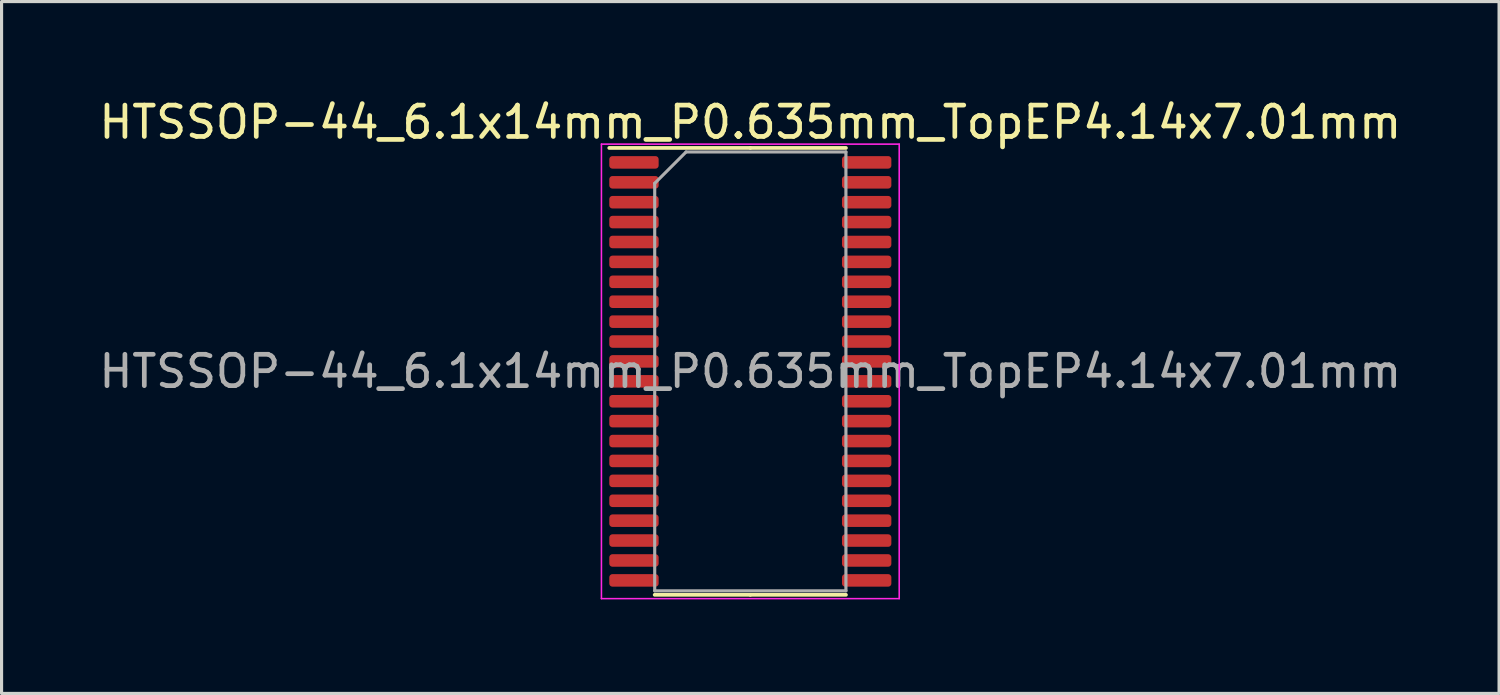
<source format=kicad_pcb>
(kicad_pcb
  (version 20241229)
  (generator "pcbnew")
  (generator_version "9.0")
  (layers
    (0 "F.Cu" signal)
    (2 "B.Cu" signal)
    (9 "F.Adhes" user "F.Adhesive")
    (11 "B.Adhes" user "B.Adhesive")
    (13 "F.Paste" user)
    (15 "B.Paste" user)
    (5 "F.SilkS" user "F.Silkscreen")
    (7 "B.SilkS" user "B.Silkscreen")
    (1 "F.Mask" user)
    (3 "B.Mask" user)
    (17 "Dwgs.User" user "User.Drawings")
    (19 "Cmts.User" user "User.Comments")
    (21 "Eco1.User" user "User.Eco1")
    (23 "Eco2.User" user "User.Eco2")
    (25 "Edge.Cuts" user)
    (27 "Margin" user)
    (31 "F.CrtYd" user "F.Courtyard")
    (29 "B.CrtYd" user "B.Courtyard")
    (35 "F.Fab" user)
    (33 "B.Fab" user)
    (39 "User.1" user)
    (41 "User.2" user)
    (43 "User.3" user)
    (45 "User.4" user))
  (footprint "HTSSOP-44_6.1x14mm_P0.635mm_TopEP4.14x7.01mm"
    (layer "F.Cu")
    (at 20.887 8.798)
    (property "Reference" "HTSSOP-44_6.1x14mm_P0.635mm_TopEP4.14x7.01mm" (at 0 -7.95 0) (layer "F.SilkS") (effects (font (size 1 1) (thickness 0.15))))
    (attr smd)
    (fp_line (start 0 -7.128) (end -4.5 -7.128) (stroke (width 0.12) (type solid)) (layer "F.SilkS"))
    (fp_line (start 0 -7.128) (end 3.05 -7.128) (stroke (width 0.12) (type solid)) (layer "F.SilkS"))
    (fp_line (start 0 7.128) (end -3.05 7.128) (stroke (width 0.12) (type solid)) (layer "F.SilkS"))
    (fp_line (start 0 7.128) (end 3.05 7.128) (stroke (width 0.12) (type solid)) (layer "F.SilkS"))
    (fp_line (start -4.75 -7.25) (end -4.75 7.25) (stroke (width 0.05) (type solid)) (layer "F.CrtYd"))
    (fp_line (start -4.75 7.25) (end 4.75 7.25) (stroke (width 0.05) (type solid)) (layer "F.CrtYd"))
    (fp_line (start 4.75 -7.25) (end -4.75 -7.25) (stroke (width 0.05) (type solid)) (layer "F.CrtYd"))
    (fp_line (start 4.75 7.25) (end 4.75 -7.25) (stroke (width 0.05) (type solid)) (layer "F.CrtYd"))
    (fp_line (start -3.05 -6) (end -2.05 -7) (stroke (width 0.1) (type solid)) (layer "F.Fab"))
    (fp_line (start -3.05 7) (end -3.05 -6) (stroke (width 0.1) (type solid)) (layer "F.Fab"))
    (fp_line (start -2.05 -7) (end 3.05 -7) (stroke (width 0.1) (type solid)) (layer "F.Fab"))
    (fp_line (start 3.05 -7) (end 3.05 7) (stroke (width 0.1) (type solid)) (layer "F.Fab"))
    (fp_line (start 3.05 7) (end -3.05 7) (stroke (width 0.1) (type solid)) (layer "F.Fab"))
    (fp_text user "${REFERENCE}" (at 0 0 0) (layer "F.Fab") (effects (font (size 1 1) (thickness 0.15))))
    (pad "1" smd roundrect (at -3.712 -6.668) (size 1.575 0.4) (layers "F.Cu" "F.Mask" "F.Paste") (roundrect_rratio 0.25))
    (pad "2" smd roundrect (at -3.712 -6.032) (size 1.575 0.4) (layers "F.Cu" "F.Mask" "F.Paste") (roundrect_rratio 0.25))
    (pad "3" smd roundrect (at -3.712 -5.397) (size 1.575 0.4) (layers "F.Cu" "F.Mask" "F.Paste") (roundrect_rratio 0.25))
    (pad "4" smd roundrect (at -3.712 -4.763) (size 1.575 0.4) (layers "F.Cu" "F.Mask" "F.Paste") (roundrect_rratio 0.25))
    (pad "5" smd roundrect (at -3.712 -4.128) (size 1.575 0.4) (layers "F.Cu" "F.Mask" "F.Paste") (roundrect_rratio 0.25))
    (pad "6" smd roundrect (at -3.712 -3.493) (size 1.575 0.4) (layers "F.Cu" "F.Mask" "F.Paste") (roundrect_rratio 0.25))
    (pad "7" smd roundrect (at -3.712 -2.857) (size 1.575 0.4) (layers "F.Cu" "F.Mask" "F.Paste") (roundrect_rratio 0.25))
    (pad "8" smd roundrect (at -3.712 -2.223) (size 1.575 0.4) (layers "F.Cu" "F.Mask" "F.Paste") (roundrect_rratio 0.25))
    (pad "9" smd roundrect (at -3.712 -1.587) (size 1.575 0.4) (layers "F.Cu" "F.Mask" "F.Paste") (roundrect_rratio 0.25))
    (pad "10" smd roundrect (at -3.712 -0.953) (size 1.575 0.4) (layers "F.Cu" "F.Mask" "F.Paste") (roundrect_rratio 0.25))
    (pad "11" smd roundrect (at -3.712 -0.318) (size 1.575 0.4) (layers "F.Cu" "F.Mask" "F.Paste") (roundrect_rratio 0.25))
    (pad "12" smd roundrect (at -3.712 0.318) (size 1.575 0.4) (layers "F.Cu" "F.Mask" "F.Paste") (roundrect_rratio 0.25))
    (pad "13" smd roundrect (at -3.712 0.953) (size 1.575 0.4) (layers "F.Cu" "F.Mask" "F.Paste") (roundrect_rratio 0.25))
    (pad "14" smd roundrect (at -3.712 1.587) (size 1.575 0.4) (layers "F.Cu" "F.Mask" "F.Paste") (roundrect_rratio 0.25))
    (pad "15" smd roundrect (at -3.712 2.223) (size 1.575 0.4) (layers "F.Cu" "F.Mask" "F.Paste") (roundrect_rratio 0.25))
    (pad "16" smd roundrect (at -3.712 2.857) (size 1.575 0.4) (layers "F.Cu" "F.Mask" "F.Paste") (roundrect_rratio 0.25))
    (pad "17" smd roundrect (at -3.712 3.493) (size 1.575 0.4) (layers "F.Cu" "F.Mask" "F.Paste") (roundrect_rratio 0.25))
    (pad "18" smd roundrect (at -3.712 4.128) (size 1.575 0.4) (layers "F.Cu" "F.Mask" "F.Paste") (roundrect_rratio 0.25))
    (pad "19" smd roundrect (at -3.712 4.763) (size 1.575 0.4) (layers "F.Cu" "F.Mask" "F.Paste") (roundrect_rratio 0.25))
    (pad "20" smd roundrect (at -3.712 5.397) (size 1.575 0.4) (layers "F.Cu" "F.Mask" "F.Paste") (roundrect_rratio 0.25))
    (pad "21" smd roundrect (at -3.712 6.032) (size 1.575 0.4) (layers "F.Cu" "F.Mask" "F.Paste") (roundrect_rratio 0.25))
    (pad "22" smd roundrect (at -3.712 6.668) (size 1.575 0.4) (layers "F.Cu" "F.Mask" "F.Paste") (roundrect_rratio 0.25))
    (pad "23" smd roundrect (at 3.712 6.668) (size 1.575 0.4) (layers "F.Cu" "F.Mask" "F.Paste") (roundrect_rratio 0.25))
    (pad "24" smd roundrect (at 3.712 6.032) (size 1.575 0.4) (layers "F.Cu" "F.Mask" "F.Paste") (roundrect_rratio 0.25))
    (pad "25" smd roundrect (at 3.712 5.397) (size 1.575 0.4) (layers "F.Cu" "F.Mask" "F.Paste") (roundrect_rratio 0.25))
    (pad "26" smd roundrect (at 3.712 4.763) (size 1.575 0.4) (layers "F.Cu" "F.Mask" "F.Paste") (roundrect_rratio 0.25))
    (pad "27" smd roundrect (at 3.712 4.128) (size 1.575 0.4) (layers "F.Cu" "F.Mask" "F.Paste") (roundrect_rratio 0.25))
    (pad "28" smd roundrect (at 3.712 3.493) (size 1.575 0.4) (layers "F.Cu" "F.Mask" "F.Paste") (roundrect_rratio 0.25))
    (pad "29" smd roundrect (at 3.712 2.857) (size 1.575 0.4) (layers "F.Cu" "F.Mask" "F.Paste") (roundrect_rratio 0.25))
    (pad "30" smd roundrect (at 3.712 2.223) (size 1.575 0.4) (layers "F.Cu" "F.Mask" "F.Paste") (roundrect_rratio 0.25))
    (pad "31" smd roundrect (at 3.712 1.587) (size 1.575 0.4) (layers "F.Cu" "F.Mask" "F.Paste") (roundrect_rratio 0.25))
    (pad "32" smd roundrect (at 3.712 0.953) (size 1.575 0.4) (layers "F.Cu" "F.Mask" "F.Paste") (roundrect_rratio 0.25))
    (pad "33" smd roundrect (at 3.712 0.318) (size 1.575 0.4) (layers "F.Cu" "F.Mask" "F.Paste") (roundrect_rratio 0.25))
    (pad "34" smd roundrect (at 3.712 -0.318) (size 1.575 0.4) (layers "F.Cu" "F.Mask" "F.Paste") (roundrect_rratio 0.25))
    (pad "35" smd roundrect (at 3.712 -0.953) (size 1.575 0.4) (layers "F.Cu" "F.Mask" "F.Paste") (roundrect_rratio 0.25))
    (pad "36" smd roundrect (at 3.712 -1.587) (size 1.575 0.4) (layers "F.Cu" "F.Mask" "F.Paste") (roundrect_rratio 0.25))
    (pad "37" smd roundrect (at 3.712 -2.223) (size 1.575 0.4) (layers "F.Cu" "F.Mask" "F.Paste") (roundrect_rratio 0.25))
    (pad "38" smd roundrect (at 3.712 -2.857) (size 1.575 0.4) (layers "F.Cu" "F.Mask" "F.Paste") (roundrect_rratio 0.25))
    (pad "39" smd roundrect (at 3.712 -3.493) (size 1.575 0.4) (layers "F.Cu" "F.Mask" "F.Paste") (roundrect_rratio 0.25))
    (pad "40" smd roundrect (at 3.712 -4.128) (size 1.575 0.4) (layers "F.Cu" "F.Mask" "F.Paste") (roundrect_rratio 0.25))
    (pad "41" smd roundrect (at 3.712 -4.763) (size 1.575 0.4) (layers "F.Cu" "F.Mask" "F.Paste") (roundrect_rratio 0.25))
    (pad "42" smd roundrect (at 3.712 -5.397) (size 1.575 0.4) (layers "F.Cu" "F.Mask" "F.Paste") (roundrect_rratio 0.25))
    (pad "43" smd roundrect (at 3.712 -6.032) (size 1.575 0.4) (layers "F.Cu" "F.Mask" "F.Paste") (roundrect_rratio 0.25))
    (pad "44" smd roundrect (at 3.712 -6.668) (size 1.575 0.4) (layers "F.Cu" "F.Mask" "F.Paste") (roundrect_rratio 0.25)))
  (gr_rect
    (start -3 -3)
    (end 44.774 19.073)
    (stroke (width 0.1) (type default))
    (fill no)
    (layer "Edge.Cuts")))
</source>
